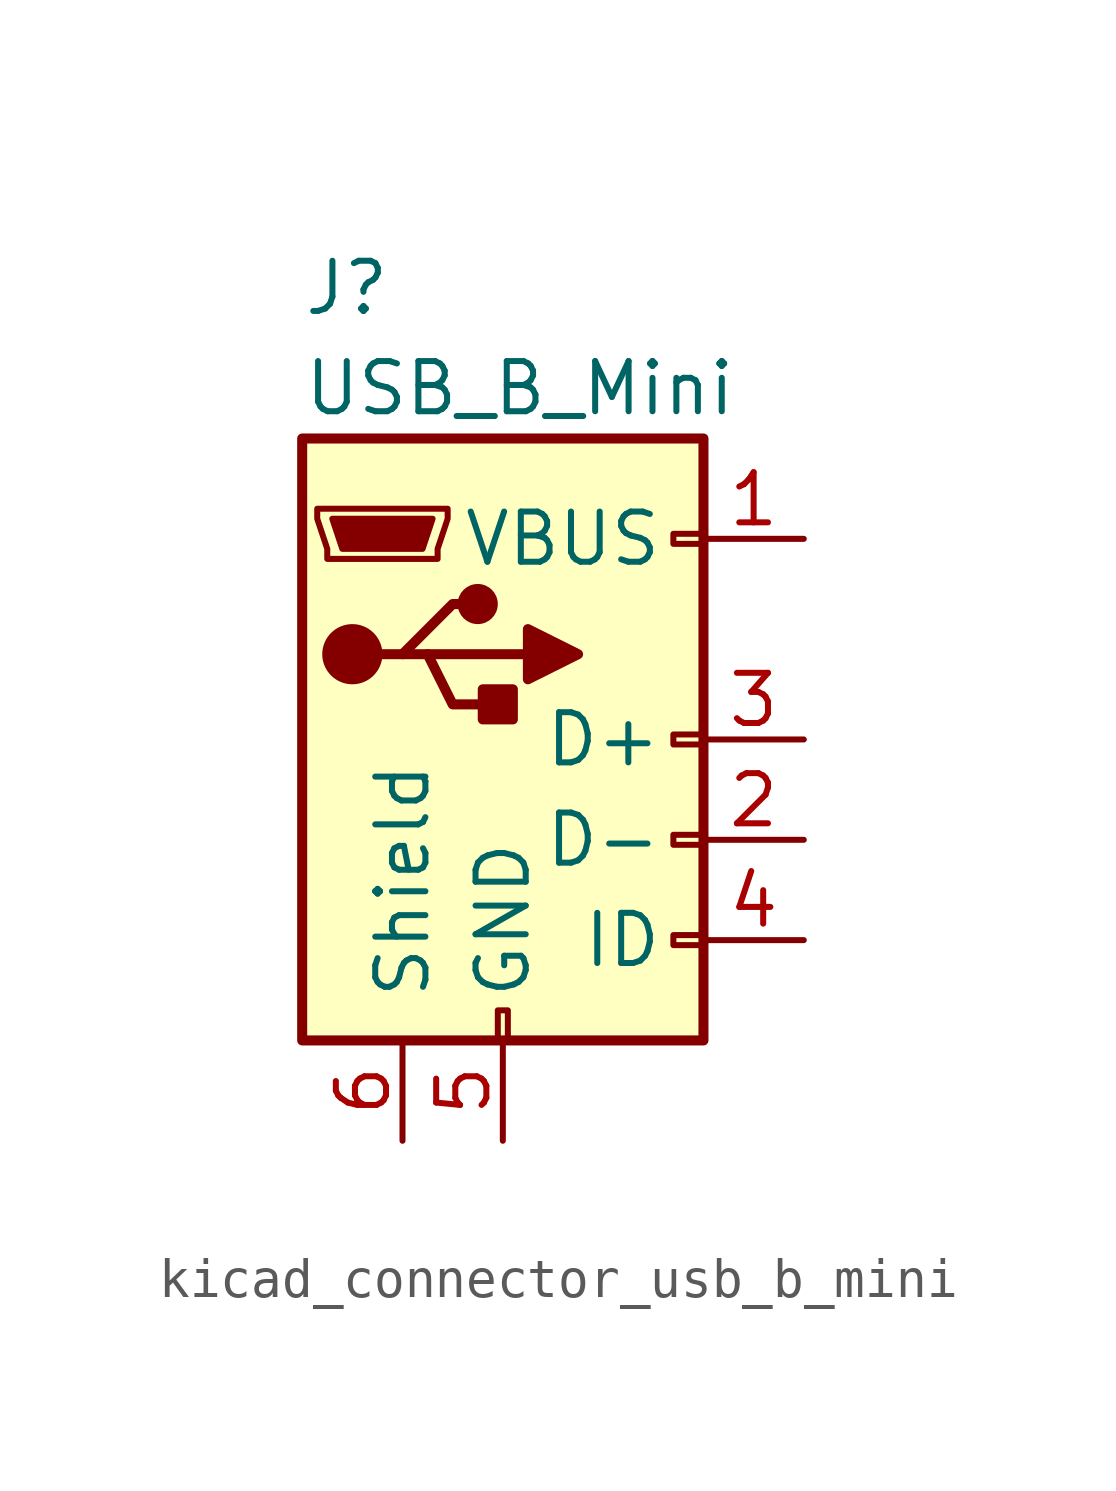
<source format=kicad_sym>
(kicad_symbol_lib
  (version 20220914)
  (generator kicad_symbol_editor)
  (symbol "kicad_connector_usb_b_mini"
    (pin_names
      (offset 1.016))
    (property "Reference" "J"
      (at -5.08 11.43 0)
      (effects (font (size 1.27 1.27)) (justify left)))
    (property "Value" "USB_B_Mini"
      (at -5.08 8.89 0)
      (effects (font (size 1.27 1.27)) (justify left)))
    (symbol "kicad_connector_usb_b_mini_0_1"
      (rectangle (start -5.08 -7.62) (end 5.08 7.62) (stroke (width 0.254) (type default)) (fill (type background)))
      (circle (center -3.81 2.159) (radius 0.635) (stroke (width 0.254) (type default)) (fill (type outline)))
      (circle (center -0.635 3.429) (radius 0.381) (stroke (width 0.254) (type default)) (fill (type outline)))
      (rectangle (start -0.127 -7.62) (end 0.127 -6.858) (stroke (width 0) (type default)) (fill (type none)))
      (polyline (pts (xy -1.905 2.159) (xy 0.635 2.159)) (stroke (width 0.254) (type default)) (fill (type none)))
      (polyline (pts (xy -3.175 2.159) (xy -2.54 2.159) (xy -1.27 3.429) (xy -0.635 3.429)) (stroke (width 0.254) (type default)) (fill (type none)))
      (polyline (pts (xy -2.54 2.159) (xy -1.905 2.159) (xy -1.27 0.889) (xy 0 0.889)) (stroke (width 0.254) (type default)) (fill (type none)))
      (polyline (pts (xy 0.635 2.794) (xy 0.635 1.524) (xy 1.905 2.159) (xy 0.635 2.794)) (stroke (width 0.254) (type default)) (fill (type outline)))
      (polyline (pts (xy -4.318 5.588) (xy -1.778 5.588) (xy -2.032 4.826) (xy -4.064 4.826) (xy -4.318 5.588)) (stroke (width 0) (type default)) (fill (type outline)))
      (polyline (pts (xy -4.699 5.842) (xy -4.699 5.588) (xy -4.445 4.826) (xy -4.445 4.572) (xy -1.651 4.572) (xy -1.651 4.826) (xy -1.397 5.588) (xy -1.397 5.842) (xy -4.699 5.842)) (stroke (width 0) (type default)) (fill (type none)))
      (rectangle (start 0.254 1.27) (end -0.508 0.508) (stroke (width 0.254) (type default)) (fill (type outline)))
      (rectangle (start 5.08 -5.207) (end 4.318 -4.953) (stroke (width 0) (type default)) (fill (type none)))
      (rectangle (start 5.08 -2.667) (end 4.318 -2.413) (stroke (width 0) (type default)) (fill (type none)))
      (rectangle (start 5.08 -0.127) (end 4.318 0.127) (stroke (width 0) (type default)) (fill (type none)))
      (rectangle (start 5.08 4.953) (end 4.318 5.207) (stroke (width 0) (type default)) (fill (type none))))
    (symbol "kicad_connector_usb_b_mini_1_1"
      (pin power_out line (at 7.62 5.08 180) (length 2.54) (name "VBUS" (effects (font (size 1.27 1.27)))) (number "1" (effects (font (size 1.27 1.27)))))
      (pin bidirectional line (at 7.62 -2.54 180) (length 2.54) (name "D-" (effects (font (size 1.27 1.27)))) (number "2" (effects (font (size 1.27 1.27)))))
      (pin bidirectional line (at 7.62 0 180) (length 2.54) (name "D+" (effects (font (size 1.27 1.27)))) (number "3" (effects (font (size 1.27 1.27)))))
      (pin passive line (at 7.62 -5.08 180) (length 2.54) (name "ID" (effects (font (size 1.27 1.27)))) (number "4" (effects (font (size 1.27 1.27)))))
      (pin power_out line (at 0 -10.16 90) (length 2.54) (name "GND" (effects (font (size 1.27 1.27)))) (number "5" (effects (font (size 1.27 1.27)))))
      (pin passive line (at -2.54 -10.16 90) (length 2.54) (name "Shield" (effects (font (size 1.27 1.27)))) (number "6" (effects (font (size 1.27 1.27))))))))
</source>
